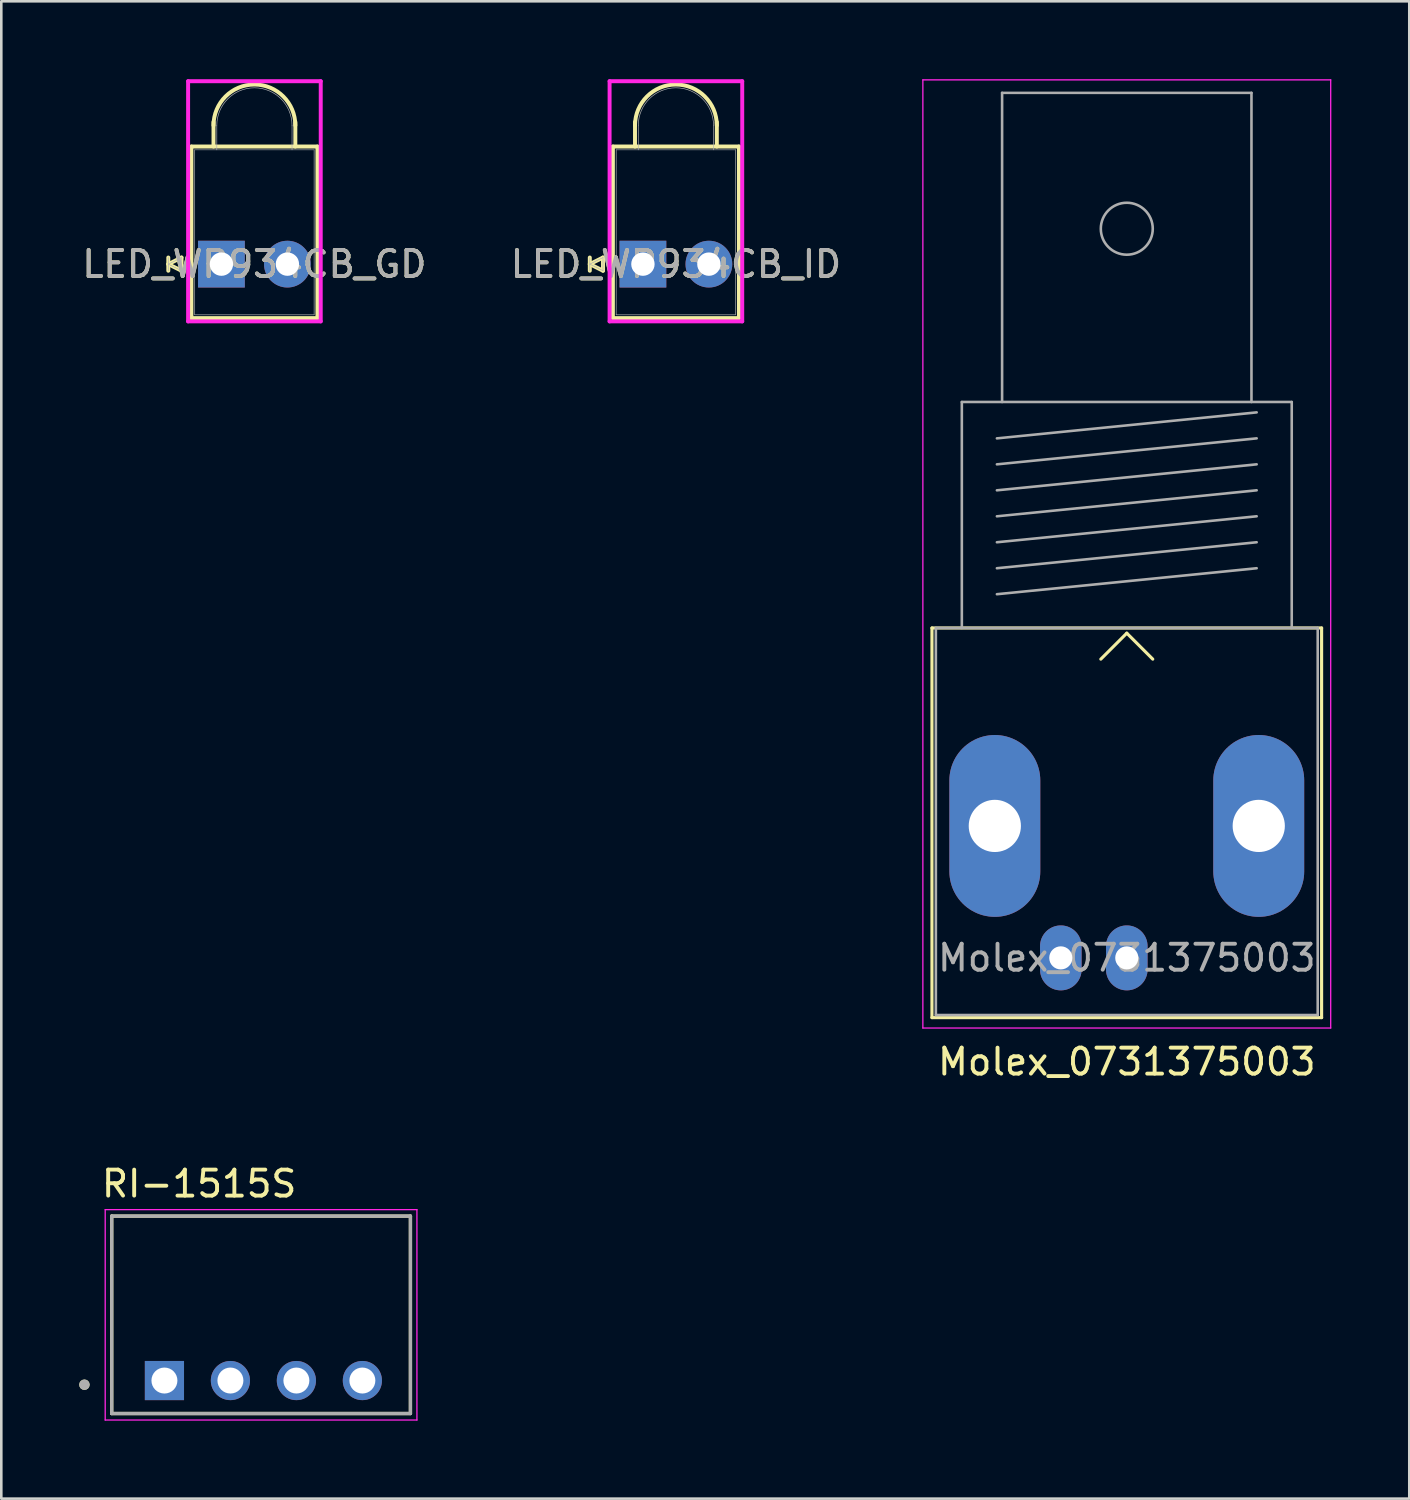
<source format=kicad_pcb>
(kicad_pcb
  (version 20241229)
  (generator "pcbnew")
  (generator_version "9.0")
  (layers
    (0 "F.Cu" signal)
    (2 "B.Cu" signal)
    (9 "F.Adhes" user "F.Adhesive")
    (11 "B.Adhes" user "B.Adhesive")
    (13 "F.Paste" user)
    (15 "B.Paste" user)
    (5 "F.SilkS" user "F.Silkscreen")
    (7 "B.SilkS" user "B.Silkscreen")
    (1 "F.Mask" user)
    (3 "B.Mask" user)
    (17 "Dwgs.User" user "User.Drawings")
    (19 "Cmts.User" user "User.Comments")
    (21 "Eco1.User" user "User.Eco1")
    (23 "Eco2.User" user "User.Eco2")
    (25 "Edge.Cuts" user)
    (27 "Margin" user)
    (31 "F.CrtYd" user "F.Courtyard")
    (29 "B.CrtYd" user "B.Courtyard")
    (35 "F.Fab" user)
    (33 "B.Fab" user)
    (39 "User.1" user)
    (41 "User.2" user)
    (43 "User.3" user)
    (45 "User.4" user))
  (footprint "LED_WP934CB_ID"
    (layer "F.Cu")
    (at 21.7 7.118)
    (property "Reference" "LED_WP934CB_ID" (at 1.27 0 0) (unlocked yes) (layer "F.SilkS") (effects (font (size 1 1) (thickness 0.15))))
    (attr through_hole)
    (fp_line (start -2.045 -0.254) (end -2.045 0.254) (stroke (width 0.152) (type solid)) (layer "F.SilkS"))
    (fp_line (start -1.537 -0.254) (end -2.045 0) (stroke (width 0.152) (type solid)) (layer "F.SilkS"))
    (fp_line (start -1.537 -0.254) (end -1.537 0.254) (stroke (width 0.152) (type solid)) (layer "F.SilkS"))
    (fp_line (start -1.537 0.254) (end -2.045 0) (stroke (width 0.152) (type solid)) (layer "F.SilkS"))
    (fp_line (start -1.156 -4.527) (end -1.156 2.077) (stroke (width 0.152) (type solid)) (layer "F.SilkS"))
    (fp_line (start -1.156 2.077) (end 3.696 2.077) (stroke (width 0.152) (type solid)) (layer "F.SilkS"))
    (fp_line (start -0.305 -4.527) (end -0.305 -5.467) (stroke (width 0.152) (type solid)) (layer "F.SilkS"))
    (fp_line (start 2.845 -4.527) (end 2.845 -5.467) (stroke (width 0.152) (type solid)) (layer "F.SilkS"))
    (fp_line (start 3.696 -4.527) (end -1.156 -4.527) (stroke (width 0.152) (type solid)) (layer "F.SilkS"))
    (fp_line (start 3.696 2.077) (end 3.696 -4.527) (stroke (width 0.152) (type solid)) (layer "F.SilkS"))
    (fp_arc (start -0.3048 -5.3398) (mid 1.27 -6.9146) (end 2.8448 -5.3398) (stroke (width 0.1524) (type solid)) (layer "F.SilkS"))
    (fp_line (start -1.283 -7.042) (end -1.283 2.204) (stroke (width 0.152) (type solid)) (layer "F.CrtYd"))
    (fp_line (start -1.283 2.204) (end 3.823 2.204) (stroke (width 0.152) (type solid)) (layer "F.CrtYd"))
    (fp_line (start 3.823 -7.042) (end -1.283 -7.042) (stroke (width 0.152) (type solid)) (layer "F.CrtYd"))
    (fp_line (start 3.823 2.204) (end 3.823 -7.042) (stroke (width 0.152) (type solid)) (layer "F.CrtYd"))
    (fp_line (start -2.045 -0.254) (end -2.045 0.254) (stroke (width 0.025) (type solid)) (layer "F.Fab"))
    (fp_line (start -1.537 -0.254) (end -2.045 0) (stroke (width 0.025) (type solid)) (layer "F.Fab"))
    (fp_line (start -1.537 -0.254) (end -1.537 0.254) (stroke (width 0.025) (type solid)) (layer "F.Fab"))
    (fp_line (start -1.537 0.254) (end -2.045 0) (stroke (width 0.025) (type solid)) (layer "F.Fab"))
    (fp_line (start -1.029 -4.4) (end -1.029 1.95) (stroke (width 0.025) (type solid)) (layer "F.Fab"))
    (fp_line (start -1.029 1.95) (end 3.569 1.95) (stroke (width 0.025) (type solid)) (layer "F.Fab"))
    (fp_line (start -0.178 -4.4) (end -0.178 -5.34) (stroke (width 0.025) (type solid)) (layer "F.Fab"))
    (fp_line (start 2.718 -4.4) (end 2.718 -5.34) (stroke (width 0.025) (type solid)) (layer "F.Fab"))
    (fp_line (start 3.569 -4.4) (end -1.029 -4.4) (stroke (width 0.025) (type solid)) (layer "F.Fab"))
    (fp_line (start 3.569 1.95) (end 3.569 -4.4) (stroke (width 0.025) (type solid)) (layer "F.Fab"))
    (fp_arc (start -0.1778 -5.3398) (mid 1.27 -6.7876) (end 2.7178 -5.3398) (stroke (width 0.0254) (type solid)) (layer "F.Fab"))
    (fp_text user "${REFERENCE}" (at 1.27 0 0) (unlocked yes) (layer "F.Fab") (effects (font (size 1 1) (thickness 0.15))))
    (pad "1" thru_hole rect (at 0 0) (size 1.8 1.8) (drill 0.9) (layers "*.Cu" "*.Mask"))
    (pad "2" thru_hole circle (at 2.54 0) (size 1.8 1.8) (drill 0.9) (layers "*.Cu" "*.Mask")))
  (footprint "LED_WP934CB_GD"
    (layer "F.Cu")
    (at 5.474 7.118)
    (property "Reference" "LED_WP934CB_GD" (at 1.27 0 0) (unlocked yes) (layer "F.SilkS") (effects (font (size 1 1) (thickness 0.15))))
    (attr through_hole)
    (fp_line (start -2.045 -0.254) (end -2.045 0.254) (stroke (width 0.152) (type solid)) (layer "F.SilkS"))
    (fp_line (start -1.537 -0.254) (end -2.045 0) (stroke (width 0.152) (type solid)) (layer "F.SilkS"))
    (fp_line (start -1.537 -0.254) (end -1.537 0.254) (stroke (width 0.152) (type solid)) (layer "F.SilkS"))
    (fp_line (start -1.537 0.254) (end -2.045 0) (stroke (width 0.152) (type solid)) (layer "F.SilkS"))
    (fp_line (start -1.156 -4.527) (end -1.156 2.077) (stroke (width 0.152) (type solid)) (layer "F.SilkS"))
    (fp_line (start -1.156 2.077) (end 3.696 2.077) (stroke (width 0.152) (type solid)) (layer "F.SilkS"))
    (fp_line (start -0.305 -4.527) (end -0.305 -5.467) (stroke (width 0.152) (type solid)) (layer "F.SilkS"))
    (fp_line (start 2.845 -4.527) (end 2.845 -5.467) (stroke (width 0.152) (type solid)) (layer "F.SilkS"))
    (fp_line (start 3.696 -4.527) (end -1.156 -4.527) (stroke (width 0.152) (type solid)) (layer "F.SilkS"))
    (fp_line (start 3.696 2.077) (end 3.696 -4.527) (stroke (width 0.152) (type solid)) (layer "F.SilkS"))
    (fp_arc (start -0.3048 -5.3398) (mid 1.27 -6.9146) (end 2.8448 -5.3398) (stroke (width 0.1524) (type solid)) (layer "F.SilkS"))
    (fp_line (start -1.283 -7.042) (end -1.283 2.204) (stroke (width 0.152) (type solid)) (layer "F.CrtYd"))
    (fp_line (start -1.283 2.204) (end 3.823 2.204) (stroke (width 0.152) (type solid)) (layer "F.CrtYd"))
    (fp_line (start 3.823 -7.042) (end -1.283 -7.042) (stroke (width 0.152) (type solid)) (layer "F.CrtYd"))
    (fp_line (start 3.823 2.204) (end 3.823 -7.042) (stroke (width 0.152) (type solid)) (layer "F.CrtYd"))
    (fp_line (start -2.045 -0.254) (end -2.045 0.254) (stroke (width 0.025) (type solid)) (layer "F.Fab"))
    (fp_line (start -1.537 -0.254) (end -2.045 0) (stroke (width 0.025) (type solid)) (layer "F.Fab"))
    (fp_line (start -1.537 -0.254) (end -1.537 0.254) (stroke (width 0.025) (type solid)) (layer "F.Fab"))
    (fp_line (start -1.537 0.254) (end -2.045 0) (stroke (width 0.025) (type solid)) (layer "F.Fab"))
    (fp_line (start -1.029 -4.4) (end -1.029 1.95) (stroke (width 0.025) (type solid)) (layer "F.Fab"))
    (fp_line (start -1.029 1.95) (end 3.569 1.95) (stroke (width 0.025) (type solid)) (layer "F.Fab"))
    (fp_line (start -0.178 -4.4) (end -0.178 -5.34) (stroke (width 0.025) (type solid)) (layer "F.Fab"))
    (fp_line (start 2.718 -4.4) (end 2.718 -5.34) (stroke (width 0.025) (type solid)) (layer "F.Fab"))
    (fp_line (start 3.569 -4.4) (end -1.029 -4.4) (stroke (width 0.025) (type solid)) (layer "F.Fab"))
    (fp_line (start 3.569 1.95) (end 3.569 -4.4) (stroke (width 0.025) (type solid)) (layer "F.Fab"))
    (fp_arc (start -0.1778 -5.3398) (mid 1.27 -6.7876) (end 2.7178 -5.3398) (stroke (width 0.0254) (type solid)) (layer "F.Fab"))
    (fp_text user "${REFERENCE}" (at 1.27 0 0) (unlocked yes) (layer "F.Fab") (effects (font (size 1 1) (thickness 0.15))))
    (pad "1" thru_hole rect (at 0 0) (size 1.8 1.8) (drill 0.9) (layers "*.Cu" "*.Mask"))
    (pad "2" thru_hole circle (at 2.54 0) (size 1.8 1.8) (drill 0.9) (layers "*.Cu" "*.Mask")))
  (footprint "Molex_0731375003"
    (layer "F.Cu")
    (at 40.327 33.825)
    (property "Reference" "Molex_0731375003" (at 0 4 0) (layer "F.SilkS") (effects (font (size 1 1) (thickness 0.15))))
    (attr through_hole)
    (fp_line (start -7.5 -12.7) (end 7.5 -12.7) (stroke (width 0.12) (type solid)) (layer "F.SilkS"))
    (fp_line (start -7.5 2.3) (end -7.5 -12.7) (stroke (width 0.12) (type solid)) (layer "F.SilkS"))
    (fp_line (start 0 -12.5) (end -1 -11.5) (stroke (width 0.12) (type solid)) (layer "F.SilkS"))
    (fp_line (start 0 -12.5) (end 1 -11.5) (stroke (width 0.12) (type solid)) (layer "F.SilkS"))
    (fp_line (start 7.5 -12.7) (end 7.5 2.3) (stroke (width 0.12) (type solid)) (layer "F.SilkS"))
    (fp_line (start 7.5 2.3) (end -7.5 2.3) (stroke (width 0.12) (type solid)) (layer "F.SilkS"))
    (fp_line (start -7.85 2.7) (end -7.85 -33.8) (stroke (width 0.05) (type solid)) (layer "F.CrtYd"))
    (fp_line (start -7.85 2.7) (end 7.85 2.7) (stroke (width 0.05) (type solid)) (layer "F.CrtYd"))
    (fp_line (start 7.85 -33.8) (end -7.85 -33.8) (stroke (width 0.05) (type solid)) (layer "F.CrtYd"))
    (fp_line (start 7.85 2.7) (end 7.85 -33.8) (stroke (width 0.05) (type solid)) (layer "F.CrtYd"))
    (fp_line (start -7.35 -12.7) (end -7.35 2.2) (stroke (width 0.1) (type solid)) (layer "F.Fab"))
    (fp_line (start -7.35 2.2) (end 7.35 2.2) (stroke (width 0.1) (type solid)) (layer "F.Fab"))
    (fp_line (start -6.35 -21.4) (end -6.35 -12.7) (stroke (width 0.1) (type solid)) (layer "F.Fab"))
    (fp_line (start -5 -20) (end 5 -21) (stroke (width 0.1) (type solid)) (layer "F.Fab"))
    (fp_line (start -5 -19) (end 5 -20) (stroke (width 0.1) (type solid)) (layer "F.Fab"))
    (fp_line (start -5 -18) (end 5 -19) (stroke (width 0.1) (type solid)) (layer "F.Fab"))
    (fp_line (start -5 -17) (end 5 -18) (stroke (width 0.1) (type solid)) (layer "F.Fab"))
    (fp_line (start -5 -16) (end 5 -17) (stroke (width 0.1) (type solid)) (layer "F.Fab"))
    (fp_line (start -5 -15) (end 5 -16) (stroke (width 0.1) (type solid)) (layer "F.Fab"))
    (fp_line (start -5 -14) (end 5 -15) (stroke (width 0.1) (type solid)) (layer "F.Fab"))
    (fp_line (start -4.8 -33.3) (end -4.8 -21.4) (stroke (width 0.1) (type solid)) (layer "F.Fab"))
    (fp_line (start 4.8 -33.3) (end -4.8 -33.3) (stroke (width 0.1) (type solid)) (layer "F.Fab"))
    (fp_line (start 4.8 -21.4) (end 4.8 -33.3) (stroke (width 0.1) (type solid)) (layer "F.Fab"))
    (fp_line (start 6.35 -21.4) (end -6.35 -21.4) (stroke (width 0.1) (type solid)) (layer "F.Fab"))
    (fp_line (start 6.35 -12.7) (end 6.35 -21.4) (stroke (width 0.1) (type solid)) (layer "F.Fab"))
    (fp_line (start 7.35 -12.7) (end -7.35 -12.7) (stroke (width 0.1) (type solid)) (layer "F.Fab"))
    (fp_line (start 7.35 2.2) (end 7.35 -12.7) (stroke (width 0.1) (type solid)) (layer "F.Fab"))
    (fp_circle (center 0 -28.07) (end 1 -28.07) (stroke (width 0.1) (type solid)) (fill no) (layer "F.Fab"))
    (fp_text user "${REFERENCE}" (at 0 0 0) (layer "F.Fab") (effects (font (size 1 1) (thickness 0.15))))
    (pad "1" thru_hole oval (at 0 0) (size 1.6 2.5) (drill 0.89) (layers "*.Cu" "*.Mask"))
    (pad "2" thru_hole oval (at -5.08 -5.08) (size 3.5 7) (drill 2.01) (layers "*.Cu" "*.Mask"))
    (pad "2" thru_hole oval (at -2.54 0) (size 1.6 2.5) (drill 0.89) (layers "*.Cu" "*.Mask"))
    (pad "2" thru_hole oval (at 5.08 -5.08) (size 3.5 7) (drill 2.01) (layers "*.Cu" "*.Mask")))
  (footprint "RI-1515S"
    (layer "F.Cu")
    (at 7 47.566)
    (property "Reference" "RI-1515S" (at -2.385 -5.045 0) (layer "F.SilkS") (effects (font (size 1 1) (thickness 0.15))))
    (attr through_hole)
    (fp_line (start -5.75 -3.8) (end -5.75 3.8) (stroke (width 0.127) (type solid)) (layer "F.SilkS"))
    (fp_line (start -5.75 3.8) (end 5.75 3.8) (stroke (width 0.127) (type solid)) (layer "F.SilkS"))
    (fp_line (start 5.75 -3.8) (end -5.75 -3.8) (stroke (width 0.127) (type solid)) (layer "F.SilkS"))
    (fp_line (start 5.75 3.8) (end 5.75 -3.8) (stroke (width 0.127) (type solid)) (layer "F.SilkS"))
    (fp_circle (center -6.8 2.69) (end -6.7 2.69) (stroke (width 0.2) (type solid)) (fill no) (layer "F.SilkS"))
    (fp_line (start -6 -4.05) (end -6 4.05) (stroke (width 0.05) (type solid)) (layer "F.CrtYd"))
    (fp_line (start -6 4.05) (end 6 4.05) (stroke (width 0.05) (type solid)) (layer "F.CrtYd"))
    (fp_line (start 6 -4.05) (end -6 -4.05) (stroke (width 0.05) (type solid)) (layer "F.CrtYd"))
    (fp_line (start 6 4.05) (end 6 -4.05) (stroke (width 0.05) (type solid)) (layer "F.CrtYd"))
    (fp_line (start -5.75 -3.8) (end -5.75 3.8) (stroke (width 0.127) (type solid)) (layer "F.Fab"))
    (fp_line (start -5.75 3.8) (end 5.75 3.8) (stroke (width 0.127) (type solid)) (layer "F.Fab"))
    (fp_line (start 5.75 -3.8) (end -5.75 -3.8) (stroke (width 0.127) (type solid)) (layer "F.Fab"))
    (fp_line (start 5.75 3.8) (end 5.75 -3.8) (stroke (width 0.127) (type solid)) (layer "F.Fab"))
    (fp_circle (center -6.8 2.69) (end -6.7 2.69) (stroke (width 0.2) (type solid)) (fill no) (layer "F.Fab"))
    (pad "1" thru_hole rect (at -3.72 2.53) (size 1.508 1.508) (drill 1) (layers "*.Cu" "*.Mask"))
    (pad "2" thru_hole circle (at -1.18 2.53) (size 1.508 1.508) (drill 1) (layers "*.Cu" "*.Mask"))
    (pad "3" thru_hole circle (at 1.36 2.53) (size 1.508 1.508) (drill 1) (layers "*.Cu" "*.Mask"))
    (pad "4" thru_hole circle (at 3.9 2.53) (size 1.508 1.508) (drill 1) (layers "*.Cu" "*.Mask")))
  (gr_rect
    (start -3 -3)
    (end 51.202 54.642)
    (stroke (width 0.1) (type default))
    (fill no)
    (layer "Edge.Cuts")))
</source>
